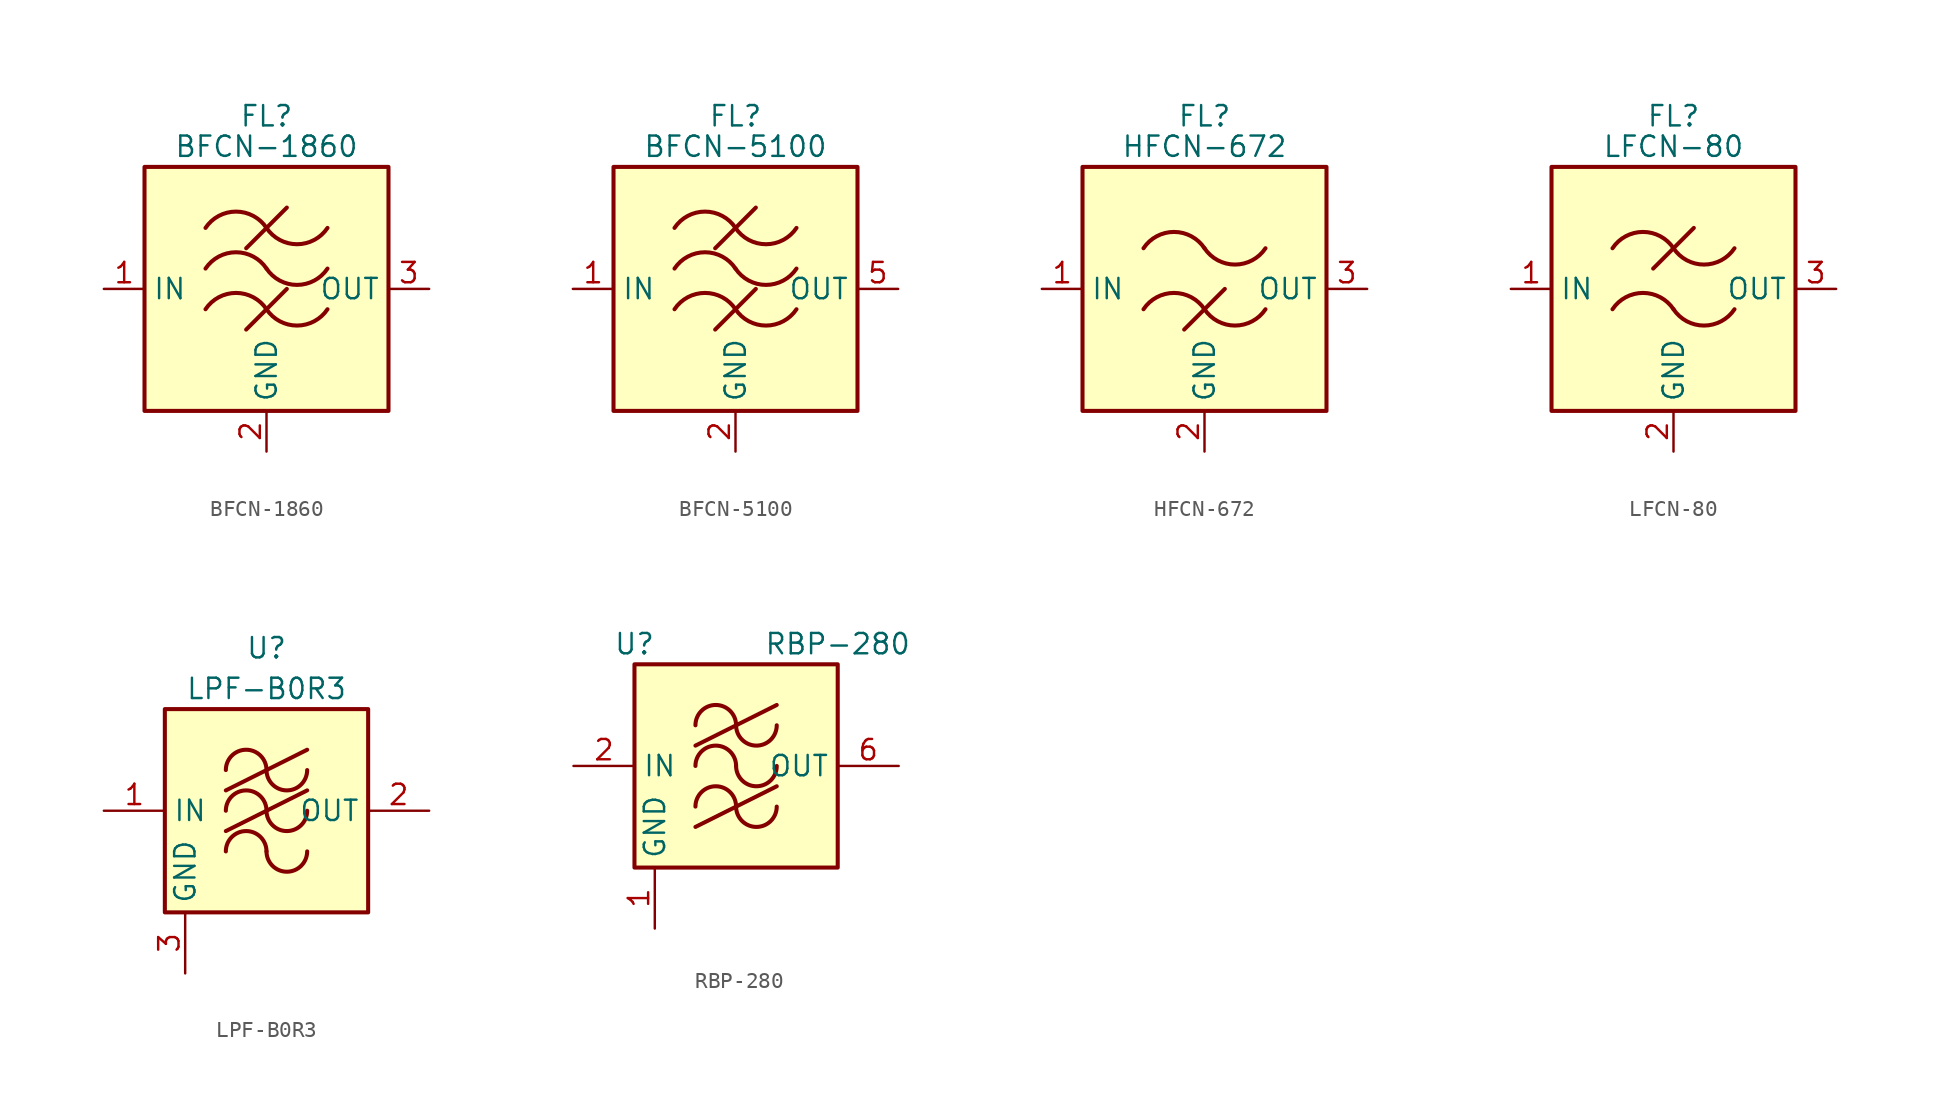
<source format=kicad_sym>
(kicad_symbol_lib
  (version 20220914)
  (generator kicad_symbol_editor)
  (symbol "BFCN-1860"
    (property "Reference" "FL"
      (at 0 10.795 0)
      (effects (font (size 1.27 1.27))))
    (property "Value" "BFCN-1860"
      (at 0 8.89 0)
      (effects (font (size 1.27 1.27))))
    (symbol "BFCN-1860_0_1"
      (rectangle (start -7.62 7.62) (end 7.62 -7.62) (stroke (width 0.254) (type default)) (fill (type background)))
      (arc (start 0 -1.27) (mid -1.905 -0.2505) (end -3.81 -1.27) (stroke (width 0.254) (type default)) (fill (type none)))
      (arc (start 0 -1.27) (mid 1.905 -2.2895) (end 3.81 -1.27) (stroke (width 0.254) (type default)) (fill (type none)))
      (polyline (pts (xy -1.27 -2.54) (xy 1.27 0)) (stroke (width 0.254) (type default)) (fill (type none)))
      (polyline (pts (xy -1.27 2.54) (xy 1.27 5.08)) (stroke (width 0.254) (type default)) (fill (type none)))
      (arc (start 0 1.27) (mid -1.905 2.2895) (end -3.81 1.27) (stroke (width 0.254) (type default)) (fill (type none)))
      (arc (start 0 1.27) (mid 1.905 0.2505) (end 3.81 1.27) (stroke (width 0.254) (type default)) (fill (type none)))
      (arc (start 0 3.81) (mid -1.905 4.8295) (end -3.81 3.81) (stroke (width 0.254) (type default)) (fill (type none)))
      (arc (start 0 3.81) (mid 1.905 2.7905) (end 3.81 3.81) (stroke (width 0.254) (type default)) (fill (type none))))
    (symbol "BFCN-1860_1_1"
      (pin passive line (at -10.16 0 0) (length 2.54) (name "IN" (effects (font (size 1.27 1.27)))) (number "1" (effects (font (size 1.27 1.27)))))
      (pin passive line (at 0 -10.16 90) (length 2.54) (name "GND" (effects (font (size 1.27 1.27)))) (number "2" (effects (font (size 1.27 1.27)))))
      (pin passive line (at 10.16 0 180) (length 2.54) (name "OUT" (effects (font (size 1.27 1.27)))) (number "3" (effects (font (size 1.27 1.27)))))
      (pin passive line (at 0 -10.16 90) (length 2.54) hide (name "GND" (effects (font (size 1.27 1.27)))) (number "4" (effects (font (size 1.27 1.27)))))))
  (symbol "BFCN-5100"
    (property "Reference" "FL"
      (at 0 10.795 0)
      (effects (font (size 1.27 1.27))))
    (property "Value" "BFCN-5100"
      (at 0 8.89 0)
      (effects (font (size 1.27 1.27))))
    (symbol "BFCN-5100_0_1"
      (rectangle (start -7.62 7.62) (end 7.62 -7.62) (stroke (width 0.254) (type default)) (fill (type background)))
      (arc (start 0 -1.27) (mid -1.905 -0.2505) (end -3.81 -1.27) (stroke (width 0.254) (type default)) (fill (type none)))
      (arc (start 0 -1.27) (mid 1.905 -2.2895) (end 3.81 -1.27) (stroke (width 0.254) (type default)) (fill (type none)))
      (polyline (pts (xy -1.27 -2.54) (xy 1.27 0)) (stroke (width 0.254) (type default)) (fill (type none)))
      (polyline (pts (xy -1.27 2.54) (xy 1.27 5.08)) (stroke (width 0.254) (type default)) (fill (type none)))
      (arc (start 0 1.27) (mid -1.905 2.2895) (end -3.81 1.27) (stroke (width 0.254) (type default)) (fill (type none)))
      (arc (start 0 1.27) (mid 1.905 0.2505) (end 3.81 1.27) (stroke (width 0.254) (type default)) (fill (type none)))
      (arc (start 0 3.81) (mid -1.905 4.8295) (end -3.81 3.81) (stroke (width 0.254) (type default)) (fill (type none)))
      (arc (start 0 3.81) (mid 1.905 2.7905) (end 3.81 3.81) (stroke (width 0.254) (type default)) (fill (type none))))
    (symbol "BFCN-5100_1_1"
      (pin passive line (at -10.16 0 0) (length 2.54) (name "IN" (effects (font (size 1.27 1.27)))) (number "1" (effects (font (size 1.27 1.27)))))
      (pin passive line (at 0 -10.16 90) (length 2.54) (name "GND" (effects (font (size 1.27 1.27)))) (number "2" (effects (font (size 1.27 1.27)))))
      (pin passive line (at 0 -10.16 90) (length 2.54) hide (name "GND" (effects (font (size 1.27 1.27)))) (number "3" (effects (font (size 1.27 1.27)))))
      (pin passive line (at 0 -10.16 90) (length 2.54) hide (name "GND" (effects (font (size 1.27 1.27)))) (number "4" (effects (font (size 1.27 1.27)))))
      (pin passive line (at 10.16 0 180) (length 2.54) (name "OUT" (effects (font (size 1.27 1.27)))) (number "5" (effects (font (size 1.27 1.27)))))
      (pin passive line (at 0 -10.16 90) (length 2.54) hide (name "GND" (effects (font (size 1.27 1.27)))) (number "6" (effects (font (size 1.27 1.27)))))
      (pin passive line (at 0 -10.16 90) (length 2.54) hide (name "GND" (effects (font (size 1.27 1.27)))) (number "7" (effects (font (size 1.27 1.27)))))
      (pin passive line (at 0 -10.16 90) (length 2.54) hide (name "GND" (effects (font (size 1.27 1.27)))) (number "8" (effects (font (size 1.27 1.27)))))))
  (symbol "HFCN-672"
    (property "Reference" "FL"
      (at 0 10.795 0)
      (effects (font (size 1.27 1.27))))
    (property "Value" "HFCN-672"
      (at 0 8.89 0)
      (effects (font (size 1.27 1.27))))
    (symbol "HFCN-672_0_1"
      (rectangle (start -7.62 7.62) (end 7.62 -7.62) (stroke (width 0.254) (type default)) (fill (type background)))
      (arc (start 0 -1.27) (mid -1.905 -0.2505) (end -3.81 -1.27) (stroke (width 0.254) (type default)) (fill (type none)))
      (arc (start 0 -1.27) (mid 1.905 -2.2895) (end 3.81 -1.27) (stroke (width 0.254) (type default)) (fill (type none)))
      (polyline (pts (xy -1.27 -2.54) (xy 1.27 0)) (stroke (width 0.254) (type default)) (fill (type none)))
      (arc (start 0 2.54) (mid -1.905 3.5595) (end -3.81 2.54) (stroke (width 0.254) (type default)) (fill (type none)))
      (arc (start 0 2.54) (mid 1.905 1.5205) (end 3.81 2.54) (stroke (width 0.254) (type default)) (fill (type none))))
    (symbol "HFCN-672_1_1"
      (pin passive line (at -10.16 0 0) (length 2.54) (name "IN" (effects (font (size 1.27 1.27)))) (number "1" (effects (font (size 1.27 1.27)))))
      (pin passive line (at 0 -10.16 90) (length 2.54) (name "GND" (effects (font (size 1.27 1.27)))) (number "2" (effects (font (size 1.27 1.27)))))
      (pin passive line (at 10.16 0 180) (length 2.54) (name "OUT" (effects (font (size 1.27 1.27)))) (number "3" (effects (font (size 1.27 1.27)))))
      (pin passive line (at 0 -10.16 90) (length 2.54) hide (name "GND" (effects (font (size 1.27 1.27)))) (number "4" (effects (font (size 1.27 1.27)))))
      (pin passive line (at 0 -10.16 90) (length 2.54) hide (name "GND" (effects (font (size 1.27 1.27)))) (number "5" (effects (font (size 1.27 1.27)))))
      (pin passive line (at 0 -10.16 90) (length 2.54) hide (name "GND" (effects (font (size 1.27 1.27)))) (number "6" (effects (font (size 1.27 1.27)))))))
  (symbol "LFCN-80"
    (property "Reference" "FL"
      (at 0 10.795 0)
      (effects (font (size 1.27 1.27))))
    (property "Value" "LFCN-80"
      (at 0 8.89 0)
      (effects (font (size 1.27 1.27))))
    (symbol "LFCN-80_0_1"
      (rectangle (start -7.62 7.62) (end 7.62 -7.62) (stroke (width 0.254) (type default)) (fill (type background)))
      (arc (start 0 -1.27) (mid -1.905 -0.2505) (end -3.81 -1.27) (stroke (width 0.254) (type default)) (fill (type none)))
      (arc (start 0 -1.27) (mid 1.905 -2.2895) (end 3.81 -1.27) (stroke (width 0.254) (type default)) (fill (type none)))
      (polyline (pts (xy -1.27 1.27) (xy 1.27 3.81)) (stroke (width 0.254) (type default)) (fill (type none)))
      (arc (start 0 2.54) (mid -1.905 3.5595) (end -3.81 2.54) (stroke (width 0.254) (type default)) (fill (type none)))
      (arc (start 0 2.54) (mid 1.905 1.5205) (end 3.81 2.54) (stroke (width 0.254) (type default)) (fill (type none))))
    (symbol "LFCN-80_1_1"
      (pin passive line (at -10.16 0 0) (length 2.54) (name "IN" (effects (font (size 1.27 1.27)))) (number "1" (effects (font (size 1.27 1.27)))))
      (pin passive line (at 0 -10.16 90) (length 2.54) (name "GND" (effects (font (size 1.27 1.27)))) (number "2" (effects (font (size 1.27 1.27)))))
      (pin passive line (at 10.16 0 180) (length 2.54) (name "OUT" (effects (font (size 1.27 1.27)))) (number "3" (effects (font (size 1.27 1.27)))))
      (pin passive line (at 0 -10.16 90) (length 2.54) hide (name "GND" (effects (font (size 1.27 1.27)))) (number "4" (effects (font (size 1.27 1.27)))))))
  (symbol "LPF-B0R3"
    (property "Reference" "U"
      (at 0 10.16 0)
      (effects (font (size 1.27 1.27))))
    (property "Value" "LPF-B0R3"
      (at 0 7.62 0)
      (effects (font (size 1.27 1.27))))
    (symbol "LPF-B0R3_0_1"
      (rectangle (start -6.35 6.35) (end 6.35 -6.35) (stroke (width 0.254) (type default)) (fill (type background)))
      (arc (start 0 -2.54) (mid -1.27 -1.2755) (end -2.54 -2.54) (stroke (width 0.254) (type default)) (fill (type none)))
      (arc (start 0 -2.54) (mid 1.27 -3.8045) (end 2.54 -2.54) (stroke (width 0.254) (type default)) (fill (type none)))
      (arc (start 0 0) (mid -1.27 1.2645) (end -2.54 0) (stroke (width 0.254) (type default)) (fill (type none)))
      (polyline (pts (xy -2.54 -1.27) (xy 2.54 1.27)) (stroke (width 0.254) (type default)) (fill (type none)))
      (polyline (pts (xy -2.54 1.27) (xy 2.54 3.81)) (stroke (width 0.254) (type default)) (fill (type none)))
      (arc (start 0 0) (mid 1.27 -1.2645) (end 2.54 0) (stroke (width 0.254) (type default)) (fill (type none)))
      (arc (start 0 2.54) (mid -1.27 3.8045) (end -2.54 2.54) (stroke (width 0.254) (type default)) (fill (type none)))
      (arc (start 0 2.54) (mid 1.27 1.2755) (end 2.54 2.54) (stroke (width 0.254) (type default)) (fill (type none))))
    (symbol "LPF-B0R3_1_1"
      (pin input line (at -10.16 0 0) (length 3.81) (name "IN" (effects (font (size 1.27 1.27)))) (number "1" (effects (font (size 1.27 1.27)))))
      (pin output line (at 10.16 0 180) (length 3.81) (name "OUT" (effects (font (size 1.27 1.27)))) (number "2" (effects (font (size 1.27 1.27)))))
      (pin power_in line (at -5.08 -10.16 90) (length 3.81) (name "GND" (effects (font (size 1.27 1.27)))) (number "3" (effects (font (size 1.27 1.27)))))
      (pin passive line (at -5.08 -10.16 90) (length 3.81) hide (name "GND" (effects (font (size 1.27 1.27)))) (number "4" (effects (font (size 1.27 1.27)))))
      (pin passive line (at -5.08 -10.16 90) (length 3.81) hide (name "GND" (effects (font (size 1.27 1.27)))) (number "5" (effects (font (size 1.27 1.27)))))
      (pin passive line (at -5.08 -10.16 90) (length 3.81) hide (name "GND" (effects (font (size 1.27 1.27)))) (number "6" (effects (font (size 1.27 1.27)))))))
  (symbol "RBP-280"
    (property "Reference" "U"
      (at -6.35 7.62 0)
      (effects (font (size 1.27 1.27))))
    (property "Value" "RBP-280"
      (at 6.35 7.62 0)
      (effects (font (size 1.27 1.27))))
    (symbol "RBP-280_0_1"
      (rectangle (start -6.35 6.35) (end 6.35 -6.35) (stroke (width 0.254) (type default)) (fill (type background)))
      (arc (start 0 -2.54) (mid -1.27 -1.2755) (end -2.54 -2.54) (stroke (width 0.254) (type default)) (fill (type none)))
      (arc (start 0 -2.54) (mid 1.27 -3.8045) (end 2.54 -2.54) (stroke (width 0.254) (type default)) (fill (type none)))
      (arc (start 0 0) (mid -1.27 1.2645) (end -2.54 0) (stroke (width 0.254) (type default)) (fill (type none)))
      (polyline (pts (xy -2.54 -3.81) (xy 2.54 -1.27)) (stroke (width 0.254) (type default)) (fill (type none)))
      (polyline (pts (xy -2.54 1.27) (xy 2.54 3.81)) (stroke (width 0.254) (type default)) (fill (type none)))
      (arc (start 0 0) (mid 1.27 -1.2645) (end 2.54 0) (stroke (width 0.254) (type default)) (fill (type none)))
      (arc (start 0 2.54) (mid -1.27 3.8045) (end -2.54 2.54) (stroke (width 0.254) (type default)) (fill (type none)))
      (arc (start 0 2.54) (mid 1.27 1.2755) (end 2.54 2.54) (stroke (width 0.254) (type default)) (fill (type none))))
    (symbol "RBP-280_1_1"
      (pin power_in line (at -5.08 -10.16 90) (length 3.81) (name "GND" (effects (font (size 1.27 1.27)))) (number "1" (effects (font (size 1.27 1.27)))))
      (pin input line (at -10.16 0 0) (length 3.81) (name "IN" (effects (font (size 1.27 1.27)))) (number "2" (effects (font (size 1.27 1.27)))))
      (pin passive line (at -5.08 -10.16 90) (length 3.81) hide (name "GND" (effects (font (size 1.27 1.27)))) (number "3" (effects (font (size 1.27 1.27)))))
      (pin passive line (at -5.08 -10.16 90) (length 3.81) hide (name "GND" (effects (font (size 1.27 1.27)))) (number "4" (effects (font (size 1.27 1.27)))))
      (pin passive line (at -5.08 -10.16 90) (length 3.81) hide (name "GND" (effects (font (size 1.27 1.27)))) (number "5" (effects (font (size 1.27 1.27)))))
      (pin output line (at 10.16 0 180) (length 3.81) (name "OUT" (effects (font (size 1.27 1.27)))) (number "6" (effects (font (size 1.27 1.27)))))
      (pin passive line (at -5.08 -10.16 90) (length 3.81) hide (name "GND" (effects (font (size 1.27 1.27)))) (number "7" (effects (font (size 1.27 1.27)))))
      (pin passive line (at -5.08 -10.16 90) (length 3.81) hide (name "GND" (effects (font (size 1.27 1.27)))) (number "8" (effects (font (size 1.27 1.27))))))))
</source>
